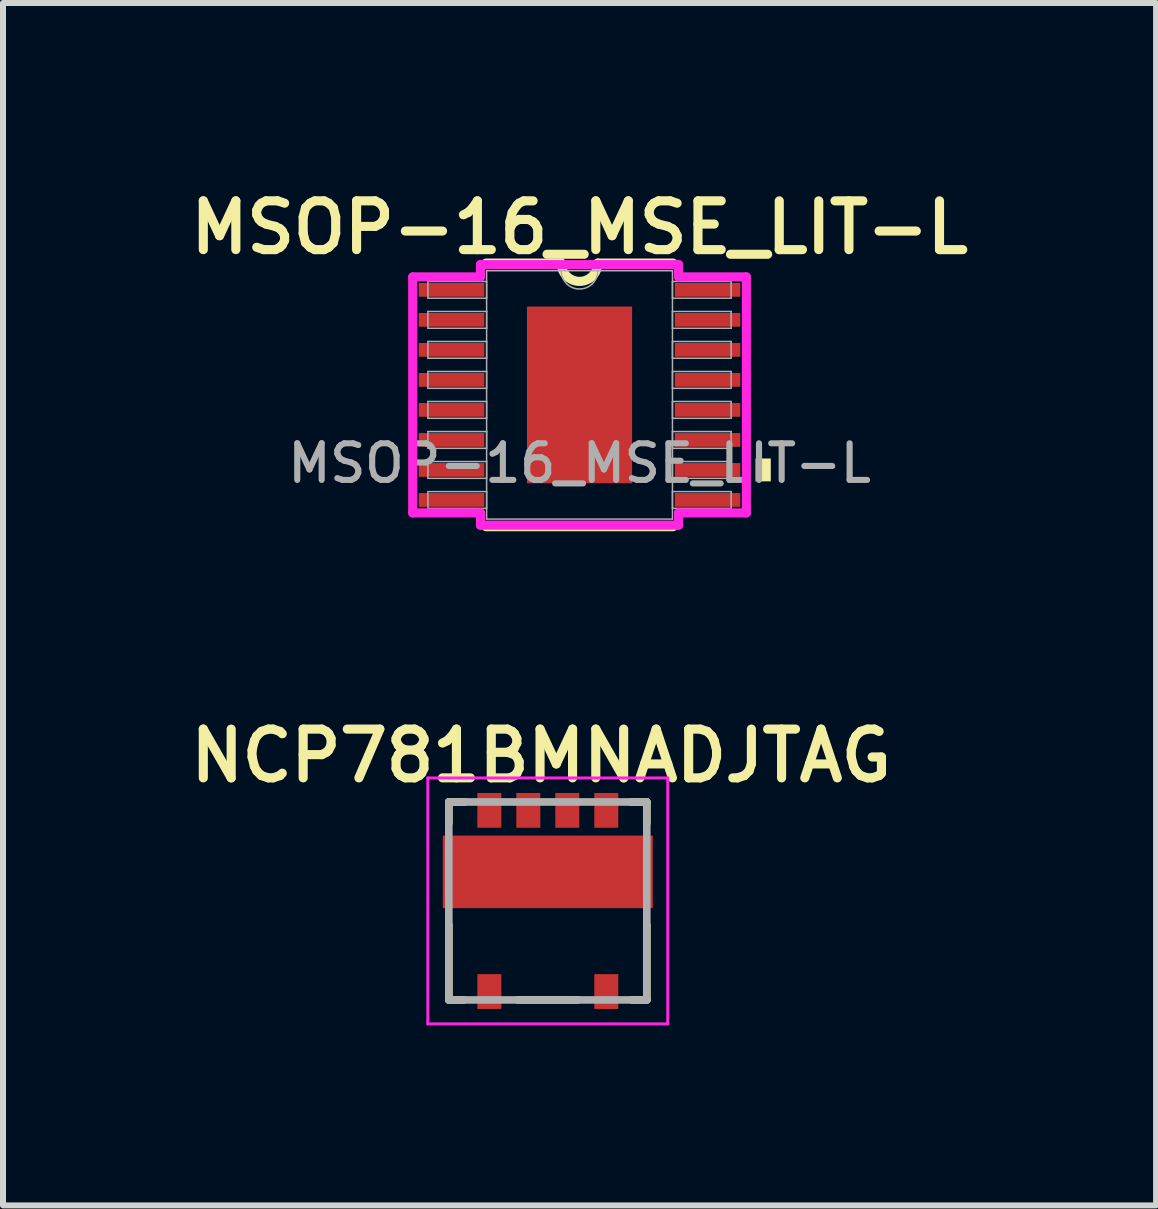
<source format=kicad_pcb>
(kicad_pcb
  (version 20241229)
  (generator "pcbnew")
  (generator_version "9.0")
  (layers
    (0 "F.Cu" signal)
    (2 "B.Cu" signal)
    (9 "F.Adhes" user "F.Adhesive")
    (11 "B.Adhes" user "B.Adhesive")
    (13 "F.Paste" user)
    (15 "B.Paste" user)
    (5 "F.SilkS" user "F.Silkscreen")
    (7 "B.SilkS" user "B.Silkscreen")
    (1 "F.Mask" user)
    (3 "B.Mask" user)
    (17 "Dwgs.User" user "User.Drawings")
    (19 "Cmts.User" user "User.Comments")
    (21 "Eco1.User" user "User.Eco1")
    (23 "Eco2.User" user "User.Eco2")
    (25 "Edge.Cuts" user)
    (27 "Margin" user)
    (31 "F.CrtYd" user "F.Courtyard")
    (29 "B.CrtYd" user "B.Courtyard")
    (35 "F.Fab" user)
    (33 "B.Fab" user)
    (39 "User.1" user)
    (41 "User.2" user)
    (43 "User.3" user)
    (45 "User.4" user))
  (footprint "NCP781BMNADJTAG"
    (layer "F.Cu")
    (at 6.082 11.969)
    (property "Reference" "NCP781BMNADJTAG" (at -0.11 -2.42 0) (layer "F.SilkS") (effects (font (size 0.813 0.813) (thickness 0.152) (bold yes))))
    (attr smd)
    (fp_line (start -1.65 -1.65) (end -1.65 -1.3) (stroke (width 0.127) (type solid)) (layer "F.SilkS"))
    (fp_line (start -1.65 1.65) (end -1.65 0.4) (stroke (width 0.127) (type solid)) (layer "F.SilkS"))
    (fp_line (start -1.4 1.65) (end -1.65 1.65) (stroke (width 0.127) (type solid)) (layer "F.SilkS"))
    (fp_line (start -1.38 -1.65) (end -1.65 -1.65) (stroke (width 0.127) (type solid)) (layer "F.SilkS"))
    (fp_line (start -0.5 1.65) (end 0.5 1.65) (stroke (width 0.127) (type solid)) (layer "F.SilkS"))
    (fp_line (start 1.65 -1.65) (end 1.38 -1.65) (stroke (width 0.127) (type solid)) (layer "F.SilkS"))
    (fp_line (start 1.65 -1.65) (end 1.65 -1.3) (stroke (width 0.127) (type solid)) (layer "F.SilkS"))
    (fp_line (start 1.65 1.65) (end 1.4 1.65) (stroke (width 0.127) (type solid)) (layer "F.SilkS"))
    (fp_line (start 1.65 1.65) (end 1.65 0.4) (stroke (width 0.127) (type solid)) (layer "F.SilkS"))
    (fp_line (start -2 -2.05) (end 2 -2.05) (stroke (width 0.05) (type solid)) (layer "F.CrtYd"))
    (fp_line (start -2 2.05) (end -2 -2.05) (stroke (width 0.05) (type solid)) (layer "F.CrtYd"))
    (fp_line (start 2 -2.05) (end 2 2.05) (stroke (width 0.05) (type solid)) (layer "F.CrtYd"))
    (fp_line (start 2 2.05) (end -2 2.05) (stroke (width 0.05) (type solid)) (layer "F.CrtYd"))
    (fp_line (start -1.65 -1.65) (end 1.65 -1.65) (stroke (width 0.127) (type solid)) (layer "F.Fab"))
    (fp_line (start -1.65 1.65) (end -1.65 -1.65) (stroke (width 0.127) (type solid)) (layer "F.Fab"))
    (fp_line (start 1.65 -1.65) (end 1.65 1.65) (stroke (width 0.127) (type solid)) (layer "F.Fab"))
    (fp_line (start 1.65 1.65) (end -1.65 1.65) (stroke (width 0.127) (type solid)) (layer "F.Fab"))
    (pad "1" smd rect (at -0.975 1.51) (size 0.4 0.58) (layers "F.Cu" "F.Mask" "F.Paste"))
    (pad "2" smd rect (at 0.975 1.51) (size 0.4 0.58) (layers "F.Cu" "F.Mask" "F.Paste"))
    (pad "3" smd rect (at 0.975 -1.51) (size 0.4 0.58) (layers "F.Cu" "F.Mask" "F.Paste"))
    (pad "4" smd rect (at 0.325 -1.51) (size 0.4 0.58) (layers "F.Cu" "F.Mask" "F.Paste"))
    (pad "5" smd rect (at -0.325 -1.51) (size 0.4 0.58) (layers "F.Cu" "F.Mask" "F.Paste"))
    (pad "6" smd rect (at -0.975 -1.51) (size 0.4 0.58) (layers "F.Cu" "F.Mask" "F.Paste"))
    (pad "7" smd rect (at 0 -0.485) (size 3.5 1.21) (layers "F.Cu" "F.Mask" "F.Paste")))
  (footprint "MSOP-16_MSE_LIT-L"
    (layer "F.Cu")
    (at 6.611 3.533)
    (property "Reference" "MSOP-16_MSE_LIT-L" (at 0 -2.79 0) (unlocked yes) (layer "F.SilkS") (effects (font (size 0.813 0.813) (thickness 0.152) (bold yes))))
    (attr smd)
    (fp_line (start -1.558 2.197) (end 1.558 2.197) (stroke (width 0.152) (type solid)) (layer "F.SilkS"))
    (fp_line (start -0.305 -2.197) (end -1.558 -2.197) (stroke (width 0.152) (type solid)) (layer "F.SilkS"))
    (fp_line (start 1.558 -2.197) (end 0.305 -2.197) (stroke (width 0.152) (type solid)) (layer "F.SilkS"))
    (fp_arc (start 0.3048 -2.1971) (mid 0 -1.8923) (end -0.3048 -2.1971) (stroke (width 0.1524) (type solid)) (layer "F.SilkS"))
    (fp_poly (pts (xy 3.188 1.06) (xy 3.188 1.441) (xy 2.934 1.441) (xy 2.934 1.06)) (stroke (width 0) (type solid)) (fill yes) (layer "F.SilkS"))
    (fp_poly (pts (xy -0.776 -1.373) (xy -0.776 -0.1) (xy 0.776 -0.1) (xy 0.776 -1.373)) (stroke (width 0) (type solid)) (fill yes) (layer "F.Paste"))
    (fp_poly (pts (xy -0.776 0.1) (xy -0.776 1.373) (xy 0.776 1.373) (xy 0.776 0.1)) (stroke (width 0) (type solid)) (fill yes) (layer "F.Paste"))
    (fp_line (start -2.781 -1.967) (end -1.651 -1.967) (stroke (width 0.152) (type solid)) (layer "F.CrtYd"))
    (fp_line (start -2.781 1.967) (end -2.781 -1.967) (stroke (width 0.152) (type solid)) (layer "F.CrtYd"))
    (fp_line (start -2.781 1.967) (end -1.651 1.967) (stroke (width 0.152) (type solid)) (layer "F.CrtYd"))
    (fp_line (start -1.651 -2.172) (end 1.651 -2.172) (stroke (width 0.152) (type solid)) (layer "F.CrtYd"))
    (fp_line (start -1.651 -1.967) (end -1.651 -2.172) (stroke (width 0.152) (type solid)) (layer "F.CrtYd"))
    (fp_line (start -1.651 2.172) (end -1.651 1.967) (stroke (width 0.152) (type solid)) (layer "F.CrtYd"))
    (fp_line (start 1.651 -2.172) (end 1.651 -1.967) (stroke (width 0.152) (type solid)) (layer "F.CrtYd"))
    (fp_line (start 1.651 1.967) (end 1.651 2.172) (stroke (width 0.152) (type solid)) (layer "F.CrtYd"))
    (fp_line (start 1.651 2.172) (end -1.651 2.172) (stroke (width 0.152) (type solid)) (layer "F.CrtYd"))
    (fp_line (start 2.781 -1.967) (end 1.651 -1.967) (stroke (width 0.152) (type solid)) (layer "F.CrtYd"))
    (fp_line (start 2.781 -1.967) (end 2.781 1.967) (stroke (width 0.152) (type solid)) (layer "F.CrtYd"))
    (fp_line (start 2.781 1.967) (end 1.651 1.967) (stroke (width 0.152) (type solid)) (layer "F.CrtYd"))
    (fp_line (start -2.527 -1.891) (end -2.527 -1.612) (stroke (width 0.025) (type solid)) (layer "F.Fab"))
    (fp_line (start -2.527 -1.612) (end -1.549 -1.612) (stroke (width 0.025) (type solid)) (layer "F.Fab"))
    (fp_line (start -2.527 -1.391) (end -2.527 -1.111) (stroke (width 0.025) (type solid)) (layer "F.Fab"))
    (fp_line (start -2.527 -1.111) (end -1.549 -1.111) (stroke (width 0.025) (type solid)) (layer "F.Fab"))
    (fp_line (start -2.527 -0.89) (end -2.527 -0.611) (stroke (width 0.025) (type solid)) (layer "F.Fab"))
    (fp_line (start -2.527 -0.611) (end -1.549 -0.611) (stroke (width 0.025) (type solid)) (layer "F.Fab"))
    (fp_line (start -2.527 -0.39) (end -2.527 -0.11) (stroke (width 0.025) (type solid)) (layer "F.Fab"))
    (fp_line (start -2.527 -0.11) (end -1.549 -0.11) (stroke (width 0.025) (type solid)) (layer "F.Fab"))
    (fp_line (start -2.527 0.11) (end -2.527 0.39) (stroke (width 0.025) (type solid)) (layer "F.Fab"))
    (fp_line (start -2.527 0.39) (end -1.549 0.39) (stroke (width 0.025) (type solid)) (layer "F.Fab"))
    (fp_line (start -2.527 0.611) (end -2.527 0.89) (stroke (width 0.025) (type solid)) (layer "F.Fab"))
    (fp_line (start -2.527 0.89) (end -1.549 0.89) (stroke (width 0.025) (type solid)) (layer "F.Fab"))
    (fp_line (start -2.527 1.111) (end -2.527 1.391) (stroke (width 0.025) (type solid)) (layer "F.Fab"))
    (fp_line (start -2.527 1.391) (end -1.549 1.391) (stroke (width 0.025) (type solid)) (layer "F.Fab"))
    (fp_line (start -2.527 1.612) (end -2.527 1.891) (stroke (width 0.025) (type solid)) (layer "F.Fab"))
    (fp_line (start -2.527 1.891) (end -1.549 1.891) (stroke (width 0.025) (type solid)) (layer "F.Fab"))
    (fp_line (start -1.549 -2.07) (end -1.549 2.07) (stroke (width 0.025) (type solid)) (layer "F.Fab"))
    (fp_line (start -1.549 -1.891) (end -2.527 -1.891) (stroke (width 0.025) (type solid)) (layer "F.Fab"))
    (fp_line (start -1.549 -1.612) (end -1.549 -1.891) (stroke (width 0.025) (type solid)) (layer "F.Fab"))
    (fp_line (start -1.549 -1.391) (end -2.527 -1.391) (stroke (width 0.025) (type solid)) (layer "F.Fab"))
    (fp_line (start -1.549 -1.111) (end -1.549 -1.391) (stroke (width 0.025) (type solid)) (layer "F.Fab"))
    (fp_line (start -1.549 -0.89) (end -2.527 -0.89) (stroke (width 0.025) (type solid)) (layer "F.Fab"))
    (fp_line (start -1.549 -0.611) (end -1.549 -0.89) (stroke (width 0.025) (type solid)) (layer "F.Fab"))
    (fp_line (start -1.549 -0.39) (end -2.527 -0.39) (stroke (width 0.025) (type solid)) (layer "F.Fab"))
    (fp_line (start -1.549 -0.11) (end -1.549 -0.39) (stroke (width 0.025) (type solid)) (layer "F.Fab"))
    (fp_line (start -1.549 0.11) (end -2.527 0.11) (stroke (width 0.025) (type solid)) (layer "F.Fab"))
    (fp_line (start -1.549 0.39) (end -1.549 0.11) (stroke (width 0.025) (type solid)) (layer "F.Fab"))
    (fp_line (start -1.549 0.611) (end -2.527 0.611) (stroke (width 0.025) (type solid)) (layer "F.Fab"))
    (fp_line (start -1.549 0.89) (end -1.549 0.611) (stroke (width 0.025) (type solid)) (layer "F.Fab"))
    (fp_line (start -1.549 1.111) (end -2.527 1.111) (stroke (width 0.025) (type solid)) (layer "F.Fab"))
    (fp_line (start -1.549 1.391) (end -1.549 1.111) (stroke (width 0.025) (type solid)) (layer "F.Fab"))
    (fp_line (start -1.549 1.612) (end -2.527 1.612) (stroke (width 0.025) (type solid)) (layer "F.Fab"))
    (fp_line (start -1.549 1.891) (end -1.549 1.612) (stroke (width 0.025) (type solid)) (layer "F.Fab"))
    (fp_line (start -1.549 2.07) (end 1.549 2.07) (stroke (width 0.025) (type solid)) (layer "F.Fab"))
    (fp_line (start 1.549 -2.07) (end -1.549 -2.07) (stroke (width 0.025) (type solid)) (layer "F.Fab"))
    (fp_line (start 1.549 -1.891) (end 1.549 -1.612) (stroke (width 0.025) (type solid)) (layer "F.Fab"))
    (fp_line (start 1.549 -1.612) (end 2.527 -1.612) (stroke (width 0.025) (type solid)) (layer "F.Fab"))
    (fp_line (start 1.549 -1.391) (end 1.549 -1.111) (stroke (width 0.025) (type solid)) (layer "F.Fab"))
    (fp_line (start 1.549 -1.111) (end 2.527 -1.111) (stroke (width 0.025) (type solid)) (layer "F.Fab"))
    (fp_line (start 1.549 -0.89) (end 1.549 -0.611) (stroke (width 0.025) (type solid)) (layer "F.Fab"))
    (fp_line (start 1.549 -0.611) (end 2.527 -0.611) (stroke (width 0.025) (type solid)) (layer "F.Fab"))
    (fp_line (start 1.549 -0.39) (end 1.549 -0.11) (stroke (width 0.025) (type solid)) (layer "F.Fab"))
    (fp_line (start 1.549 -0.11) (end 2.527 -0.11) (stroke (width 0.025) (type solid)) (layer "F.Fab"))
    (fp_line (start 1.549 0.11) (end 1.549 0.39) (stroke (width 0.025) (type solid)) (layer "F.Fab"))
    (fp_line (start 1.549 0.39) (end 2.527 0.39) (stroke (width 0.025) (type solid)) (layer "F.Fab"))
    (fp_line (start 1.549 0.611) (end 1.549 0.89) (stroke (width 0.025) (type solid)) (layer "F.Fab"))
    (fp_line (start 1.549 0.89) (end 2.527 0.89) (stroke (width 0.025) (type solid)) (layer "F.Fab"))
    (fp_line (start 1.549 1.111) (end 1.549 1.391) (stroke (width 0.025) (type solid)) (layer "F.Fab"))
    (fp_line (start 1.549 1.391) (end 2.527 1.391) (stroke (width 0.025) (type solid)) (layer "F.Fab"))
    (fp_line (start 1.549 1.612) (end 1.549 1.891) (stroke (width 0.025) (type solid)) (layer "F.Fab"))
    (fp_line (start 1.549 1.891) (end 2.527 1.891) (stroke (width 0.025) (type solid)) (layer "F.Fab"))
    (fp_line (start 1.549 2.07) (end 1.549 -2.07) (stroke (width 0.025) (type solid)) (layer "F.Fab"))
    (fp_line (start 2.527 -1.891) (end 1.549 -1.891) (stroke (width 0.025) (type solid)) (layer "F.Fab"))
    (fp_line (start 2.527 -1.612) (end 2.527 -1.891) (stroke (width 0.025) (type solid)) (layer "F.Fab"))
    (fp_line (start 2.527 -1.391) (end 1.549 -1.391) (stroke (width 0.025) (type solid)) (layer "F.Fab"))
    (fp_line (start 2.527 -1.111) (end 2.527 -1.391) (stroke (width 0.025) (type solid)) (layer "F.Fab"))
    (fp_line (start 2.527 -0.89) (end 1.549 -0.89) (stroke (width 0.025) (type solid)) (layer "F.Fab"))
    (fp_line (start 2.527 -0.611) (end 2.527 -0.89) (stroke (width 0.025) (type solid)) (layer "F.Fab"))
    (fp_line (start 2.527 -0.39) (end 1.549 -0.39) (stroke (width 0.025) (type solid)) (layer "F.Fab"))
    (fp_line (start 2.527 -0.11) (end 2.527 -0.39) (stroke (width 0.025) (type solid)) (layer "F.Fab"))
    (fp_line (start 2.527 0.11) (end 1.549 0.11) (stroke (width 0.025) (type solid)) (layer "F.Fab"))
    (fp_line (start 2.527 0.39) (end 2.527 0.11) (stroke (width 0.025) (type solid)) (layer "F.Fab"))
    (fp_line (start 2.527 0.611) (end 1.549 0.611) (stroke (width 0.025) (type solid)) (layer "F.Fab"))
    (fp_line (start 2.527 0.89) (end 2.527 0.611) (stroke (width 0.025) (type solid)) (layer "F.Fab"))
    (fp_line (start 2.527 1.111) (end 1.549 1.111) (stroke (width 0.025) (type solid)) (layer "F.Fab"))
    (fp_line (start 2.527 1.391) (end 2.527 1.111) (stroke (width 0.025) (type solid)) (layer "F.Fab"))
    (fp_line (start 2.527 1.612) (end 1.549 1.612) (stroke (width 0.025) (type solid)) (layer "F.Fab"))
    (fp_line (start 2.527 1.891) (end 2.527 1.612) (stroke (width 0.025) (type solid)) (layer "F.Fab"))
    (fp_arc (start 0.3048 -2.0701) (mid 0 -1.7653) (end -0.3048 -2.0701) (stroke (width 0.0254) (type solid)) (layer "F.Fab"))
    (fp_text user "${REFERENCE}" (at 0 1.14 0) (unlocked yes) (layer "F.Fab") (effects (font (size 0.61 0.61) (thickness 0.102) (bold yes))))
    (pad "1" smd rect (at -2.134 -1.751) (size 1.092 0.229) (layers "F.Cu" "F.Mask" "F.Paste"))
    (pad "2" smd rect (at -2.134 -1.251) (size 1.092 0.229) (layers "F.Cu" "F.Mask" "F.Paste"))
    (pad "3" smd rect (at -2.134 -0.751) (size 1.092 0.229) (layers "F.Cu" "F.Mask" "F.Paste"))
    (pad "4" smd rect (at -2.134 -0.25) (size 1.092 0.229) (layers "F.Cu" "F.Mask" "F.Paste"))
    (pad "5" smd rect (at -2.134 0.25) (size 1.092 0.229) (layers "F.Cu" "F.Mask" "F.Paste"))
    (pad "6" smd rect (at -2.134 0.751) (size 1.092 0.229) (layers "F.Cu" "F.Mask" "F.Paste"))
    (pad "7" smd rect (at -2.134 1.251) (size 1.092 0.229) (layers "F.Cu" "F.Mask" "F.Paste"))
    (pad "8" smd rect (at -2.134 1.751) (size 1.092 0.229) (layers "F.Cu" "F.Mask" "F.Paste"))
    (pad "9" smd rect (at 2.134 1.751) (size 1.092 0.229) (layers "F.Cu" "F.Mask" "F.Paste"))
    (pad "10" smd rect (at 2.134 1.251) (size 1.092 0.229) (layers "F.Cu" "F.Mask" "F.Paste"))
    (pad "11" smd rect (at 2.134 0.751) (size 1.092 0.229) (layers "F.Cu" "F.Mask" "F.Paste"))
    (pad "12" smd rect (at 2.134 0.25) (size 1.092 0.229) (layers "F.Cu" "F.Mask" "F.Paste"))
    (pad "13" smd rect (at 2.134 -0.25) (size 1.092 0.229) (layers "F.Cu" "F.Mask" "F.Paste"))
    (pad "14" smd rect (at 2.134 -0.751) (size 1.092 0.229) (layers "F.Cu" "F.Mask" "F.Paste"))
    (pad "15" smd rect (at 2.134 -1.251) (size 1.092 0.229) (layers "F.Cu" "F.Mask" "F.Paste"))
    (pad "16" smd rect (at 2.134 -1.751) (size 1.092 0.229) (layers "F.Cu" "F.Mask" "F.Paste"))
    (pad "17" smd rect (at 0 0) (size 1.753 2.946) (layers "F.Cu" "F.Mask")))
  (gr_rect
    (start -3 -3)
    (end 16.222 17.044)
    (stroke (width 0.1) (type default))
    (fill no)
    (layer "Edge.Cuts")))
</source>
